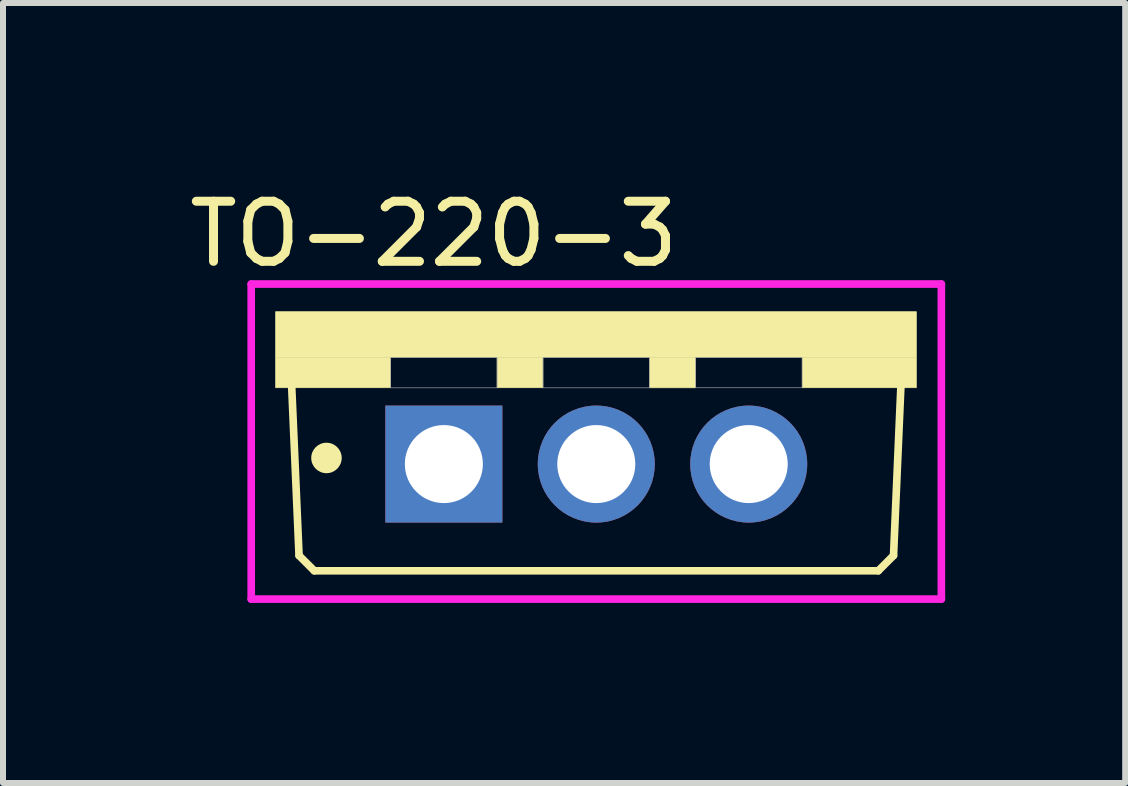
<source format=kicad_pcb>
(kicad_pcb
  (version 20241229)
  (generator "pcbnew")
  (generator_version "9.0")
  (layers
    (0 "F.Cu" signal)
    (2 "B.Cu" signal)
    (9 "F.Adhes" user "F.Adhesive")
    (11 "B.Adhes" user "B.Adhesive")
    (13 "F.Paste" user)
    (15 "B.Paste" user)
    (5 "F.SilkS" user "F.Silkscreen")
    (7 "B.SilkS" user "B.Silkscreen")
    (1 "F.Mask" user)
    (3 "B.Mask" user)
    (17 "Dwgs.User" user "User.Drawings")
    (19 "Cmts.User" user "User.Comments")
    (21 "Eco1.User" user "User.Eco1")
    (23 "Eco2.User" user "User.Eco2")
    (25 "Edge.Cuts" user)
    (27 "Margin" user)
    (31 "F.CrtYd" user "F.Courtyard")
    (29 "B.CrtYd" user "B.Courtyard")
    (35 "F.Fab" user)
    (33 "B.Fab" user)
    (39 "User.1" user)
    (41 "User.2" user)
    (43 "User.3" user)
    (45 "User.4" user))
  (footprint "TO-220-3"
    (layer "F.Cu")
    (at 6.886 4.683)
    (property "Reference" "TO-220-3" (at -2.708 -3.834 0) (layer "F.SilkS") (effects (font (size 1.001 1.001) (thickness 0.15))))
    (attr through_hole)
    (fp_line (start -4.953 1.524) (end -5.08 -1.397) (stroke (width 0.127) (type solid)) (layer "F.SilkS"))
    (fp_line (start -4.953 1.524) (end -4.699 1.778) (stroke (width 0.127) (type solid)) (layer "F.SilkS"))
    (fp_line (start 4.699 1.778) (end -4.699 1.778) (stroke (width 0.127) (type solid)) (layer "F.SilkS"))
    (fp_line (start 4.699 1.778) (end 4.953 1.524) (stroke (width 0.127) (type solid)) (layer "F.SilkS"))
    (fp_line (start 5.08 -1.397) (end 4.953 1.524) (stroke (width 0.127) (type solid)) (layer "F.SilkS"))
    (fp_circle (center -4.496 -0.102) (end -4.242 -0.102) (stroke (width 0) (type solid)) (fill yes) (layer "F.SilkS"))
    (fp_poly (pts (xy -5.344 -2.54) (xy 5.334 -2.54) (xy 5.334 -1.781) (xy -5.344 -1.781)) (stroke (width 0.01) (type solid)) (fill yes) (layer "F.SilkS"))
    (fp_poly (pts (xy -5.344 -1.778) (xy -3.429 -1.778) (xy -3.429 -1.272) (xy -5.344 -1.272)) (stroke (width 0.01) (type solid)) (fill yes) (layer "F.SilkS"))
    (fp_poly (pts (xy -1.654 -1.778) (xy -0.889 -1.778) (xy -0.889 -1.272) (xy -1.654 -1.272)) (stroke (width 0.01) (type solid)) (fill yes) (layer "F.SilkS"))
    (fp_poly (pts (xy 0.89 -1.778) (xy 1.651 -1.778) (xy 1.651 -1.271) (xy 0.89 -1.271)) (stroke (width 0.01) (type solid)) (fill yes) (layer "F.SilkS"))
    (fp_poly (pts (xy 3.433 -1.778) (xy 5.334 -1.778) (xy 5.334 -1.272) (xy 3.433 -1.272)) (stroke (width 0.01) (type solid)) (fill yes) (layer "F.SilkS"))
    (fp_line (start -5.75 -3) (end 5.75 -3) (stroke (width 0.127) (type solid)) (layer "F.CrtYd"))
    (fp_line (start -5.75 2.25) (end -5.75 -3) (stroke (width 0.127) (type solid)) (layer "F.CrtYd"))
    (fp_line (start 5.75 -3) (end 5.75 2.25) (stroke (width 0.127) (type solid)) (layer "F.CrtYd"))
    (fp_line (start 5.75 2.25) (end -5.75 2.25) (stroke (width 0.127) (type solid)) (layer "F.CrtYd"))
    (fp_poly (pts (xy -3.432 -1.778) (xy -1.651 -1.778) (xy -1.651 -1.271) (xy -3.432 -1.271)) (stroke (width 0.01) (type solid)) (fill no) (layer "F.Fab"))
    (fp_poly (pts (xy -0.889 -1.778) (xy 0.889 -1.778) (xy 0.889 -1.271) (xy -0.889 -1.271)) (stroke (width 0.01) (type solid)) (fill no) (layer "F.Fab"))
    (fp_poly (pts (xy 1.653 -1.778) (xy 3.429 -1.778) (xy 3.429 -1.272) (xy 1.653 -1.272)) (stroke (width 0.01) (type solid)) (fill no) (layer "F.Fab"))
    (pad "1" thru_hole rect (at -2.54 0) (size 1.95 1.95) (drill 1.3) (layers "*.Cu" "*.Mask"))
    (pad "2" thru_hole circle (at 0 0) (size 1.95 1.95) (drill 1.3) (layers "*.Cu" "*.Mask"))
    (pad "3" thru_hole circle (at 2.54 0) (size 1.95 1.95) (drill 1.3) (layers "*.Cu" "*.Mask")))
  (gr_rect
    (start -3 -3)
    (end 15.699 9.997)
    (stroke (width 0.1) (type default))
    (fill no)
    (layer "Edge.Cuts")))
</source>
